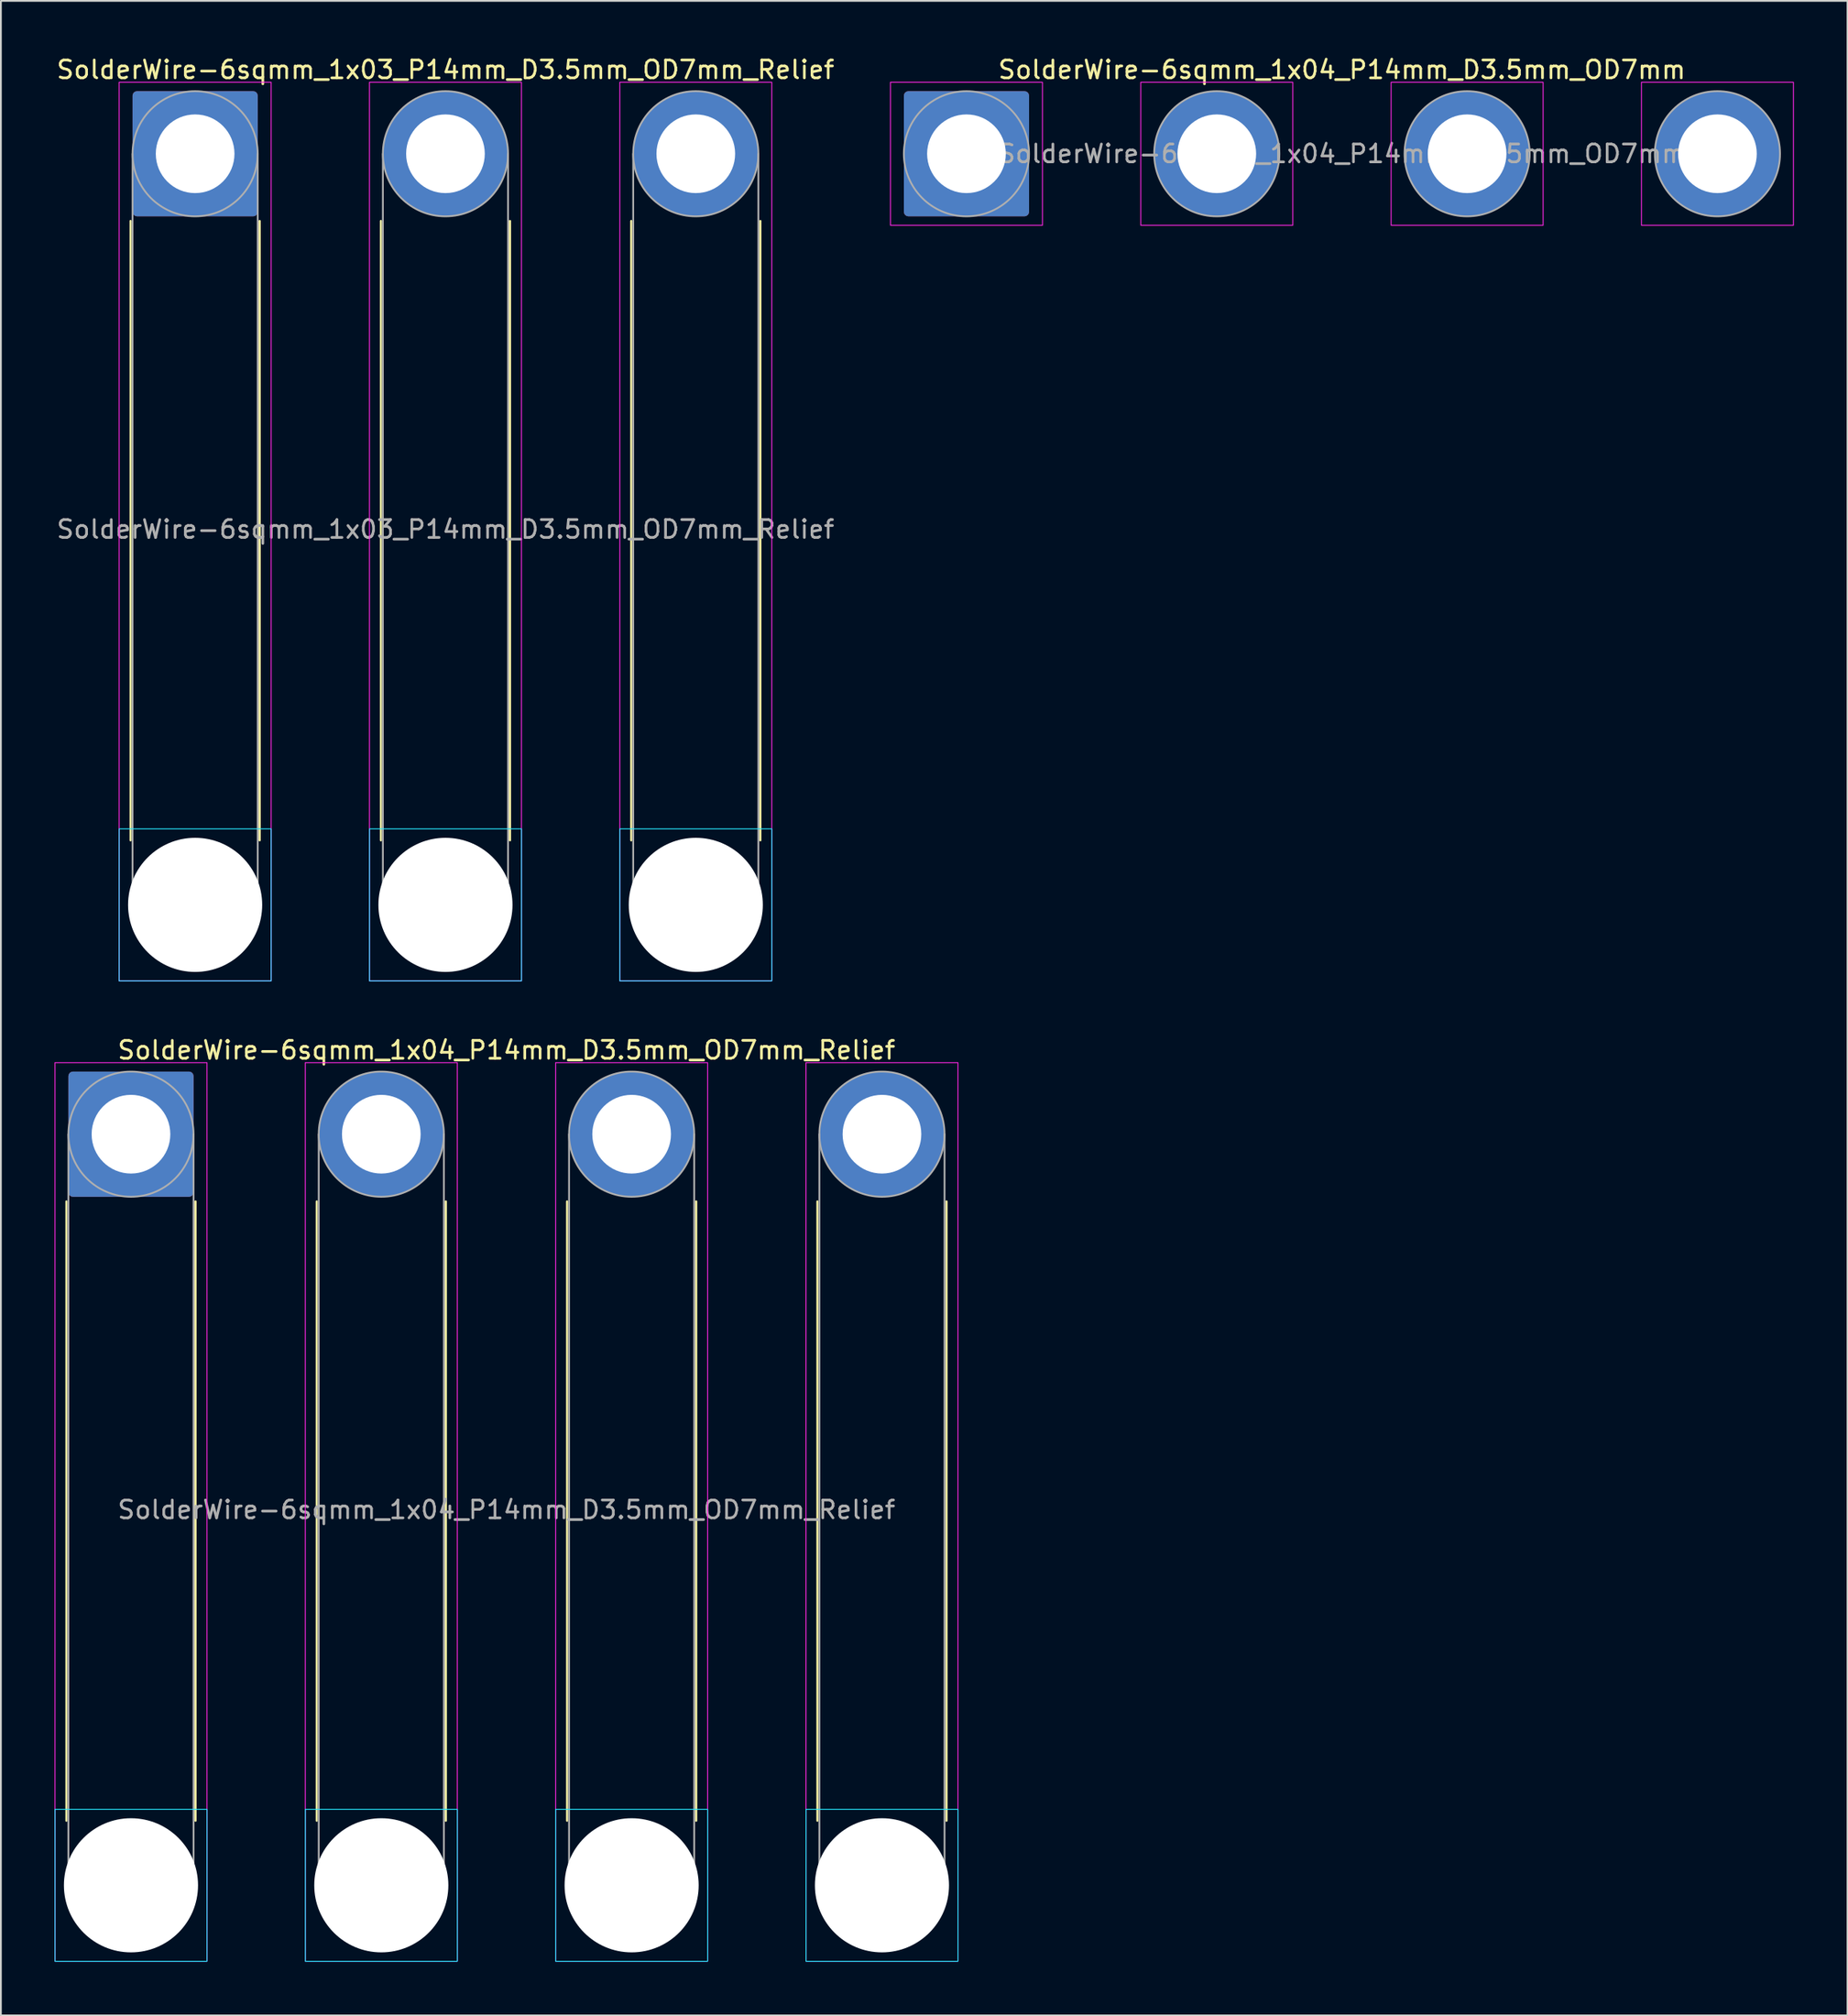
<source format=kicad_pcb>
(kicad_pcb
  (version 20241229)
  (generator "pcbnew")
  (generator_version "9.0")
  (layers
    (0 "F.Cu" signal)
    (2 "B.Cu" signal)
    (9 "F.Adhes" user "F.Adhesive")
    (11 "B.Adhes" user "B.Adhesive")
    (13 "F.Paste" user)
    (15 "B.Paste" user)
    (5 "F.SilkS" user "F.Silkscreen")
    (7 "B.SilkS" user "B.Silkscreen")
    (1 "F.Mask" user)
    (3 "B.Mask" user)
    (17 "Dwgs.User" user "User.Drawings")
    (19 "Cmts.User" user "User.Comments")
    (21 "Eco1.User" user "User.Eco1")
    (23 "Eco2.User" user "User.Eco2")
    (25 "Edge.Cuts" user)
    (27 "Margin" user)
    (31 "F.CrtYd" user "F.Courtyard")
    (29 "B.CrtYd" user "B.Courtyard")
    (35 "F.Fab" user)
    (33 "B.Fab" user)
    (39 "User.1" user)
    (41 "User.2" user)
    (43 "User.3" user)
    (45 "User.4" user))
  (footprint "SolderWire-6sqmm_1x03_P14mm_D3.5mm_OD7mm_Relief"
    (layer "F.Cu")
    (at 7.863 5.548)
    (property "Reference" "SolderWire-6sqmm_1x03_P14mm_D3.5mm_OD7mm_Relief" (at 14 -4.7 0) (layer "F.SilkS") (effects (font (size 1 1) (thickness 0.15))))
    (attr exclude_from_pos_files exclude_from_bom)
    (fp_line (start -3.61 3.76) (end -3.61 38.39) (stroke (width 0.12) (type solid)) (layer "F.SilkS"))
    (fp_line (start 3.61 3.76) (end 3.61 38.39) (stroke (width 0.12) (type solid)) (layer "F.SilkS"))
    (fp_line (start 10.39 3.76) (end 10.39 38.39) (stroke (width 0.12) (type solid)) (layer "F.SilkS"))
    (fp_line (start 17.61 3.76) (end 17.61 38.39) (stroke (width 0.12) (type solid)) (layer "F.SilkS"))
    (fp_line (start 24.39 3.76) (end 24.39 38.39) (stroke (width 0.12) (type solid)) (layer "F.SilkS"))
    (fp_line (start 31.61 3.76) (end 31.61 38.39) (stroke (width 0.12) (type solid)) (layer "F.SilkS"))
    (fp_rect (start -4.25 37.75) (end 4.25 46.25) (stroke (width 0.05) (type solid)) (fill no) (layer "B.CrtYd"))
    (fp_rect (start 9.75 37.75) (end 18.25 46.25) (stroke (width 0.05) (type solid)) (fill no) (layer "B.CrtYd"))
    (fp_rect (start 23.75 37.75) (end 32.25 46.25) (stroke (width 0.05) (type solid)) (fill no) (layer "B.CrtYd"))
    (fp_rect (start -4.25 -4) (end 4.25 46.25) (stroke (width 0.05) (type solid)) (fill no) (layer "F.CrtYd"))
    (fp_rect (start 9.75 -4) (end 18.25 46.25) (stroke (width 0.05) (type solid)) (fill no) (layer "F.CrtYd"))
    (fp_rect (start 23.75 -4) (end 32.25 46.25) (stroke (width 0.05) (type solid)) (fill no) (layer "F.CrtYd"))
    (fp_line (start -3.5 0) (end -3.5 42) (stroke (width 0.1) (type solid)) (layer "F.Fab"))
    (fp_line (start 3.5 0) (end 3.5 42) (stroke (width 0.1) (type solid)) (layer "F.Fab"))
    (fp_line (start 10.5 0) (end 10.5 42) (stroke (width 0.1) (type solid)) (layer "F.Fab"))
    (fp_line (start 17.5 0) (end 17.5 42) (stroke (width 0.1) (type solid)) (layer "F.Fab"))
    (fp_line (start 24.5 0) (end 24.5 42) (stroke (width 0.1) (type solid)) (layer "F.Fab"))
    (fp_line (start 31.5 0) (end 31.5 42) (stroke (width 0.1) (type solid)) (layer "F.Fab"))
    (fp_circle (center 0 0) (end 3.5 0) (stroke (width 0.1) (type solid)) (fill no) (layer "F.Fab"))
    (fp_circle (center 0 42) (end 3.5 42) (stroke (width 0.1) (type solid)) (fill no) (layer "F.Fab"))
    (fp_circle (center 14 0) (end 17.5 0) (stroke (width 0.1) (type solid)) (fill no) (layer "F.Fab"))
    (fp_circle (center 14 42) (end 17.5 42) (stroke (width 0.1) (type solid)) (fill no) (layer "F.Fab"))
    (fp_circle (center 28 0) (end 31.5 0) (stroke (width 0.1) (type solid)) (fill no) (layer "F.Fab"))
    (fp_circle (center 28 42) (end 31.5 42) (stroke (width 0.1) (type solid)) (fill no) (layer "F.Fab"))
    (fp_text user "${REFERENCE}" (at 14 21 0) (layer "F.Fab") (effects (font (size 1 1) (thickness 0.15))))
    (pad "" np_thru_hole circle (at 0 42) (size 7.5 7.5) (drill 7.5) (layers "*.Cu" "*.Mask"))
    (pad "" np_thru_hole circle (at 14 42) (size 7.5 7.5) (drill 7.5) (layers "*.Cu" "*.Mask"))
    (pad "" np_thru_hole circle (at 28 42) (size 7.5 7.5) (drill 7.5) (layers "*.Cu" "*.Mask"))
    (pad "1" thru_hole roundrect (at 0 0) (size 7 7) (drill 4.4) (layers "*.Cu" "*.Mask") (roundrect_rratio 0.036))
    (pad "2" thru_hole circle (at 14 0) (size 7 7) (drill 4.4) (layers "*.Cu" "*.Mask"))
    (pad "3" thru_hole circle (at 28 0) (size 7 7) (drill 4.4) (layers "*.Cu" "*.Mask")))
  (footprint "SolderWire-6sqmm_1x04_P14mm_D3.5mm_OD7mm_Relief"
    (layer "F.Cu")
    (at 4.275 60.371)
    (property "Reference" "SolderWire-6sqmm_1x04_P14mm_D3.5mm_OD7mm_Relief" (at 21 -4.7 0) (layer "F.SilkS") (effects (font (size 1 1) (thickness 0.15))))
    (attr exclude_from_pos_files exclude_from_bom)
    (fp_line (start -3.61 3.76) (end -3.61 38.39) (stroke (width 0.12) (type solid)) (layer "F.SilkS"))
    (fp_line (start 3.61 3.76) (end 3.61 38.39) (stroke (width 0.12) (type solid)) (layer "F.SilkS"))
    (fp_line (start 10.39 3.76) (end 10.39 38.39) (stroke (width 0.12) (type solid)) (layer "F.SilkS"))
    (fp_line (start 17.61 3.76) (end 17.61 38.39) (stroke (width 0.12) (type solid)) (layer "F.SilkS"))
    (fp_line (start 24.39 3.76) (end 24.39 38.39) (stroke (width 0.12) (type solid)) (layer "F.SilkS"))
    (fp_line (start 31.61 3.76) (end 31.61 38.39) (stroke (width 0.12) (type solid)) (layer "F.SilkS"))
    (fp_line (start 38.39 3.76) (end 38.39 38.39) (stroke (width 0.12) (type solid)) (layer "F.SilkS"))
    (fp_line (start 45.61 3.76) (end 45.61 38.39) (stroke (width 0.12) (type solid)) (layer "F.SilkS"))
    (fp_rect (start -4.25 37.75) (end 4.25 46.25) (stroke (width 0.05) (type solid)) (fill no) (layer "B.CrtYd"))
    (fp_rect (start 9.75 37.75) (end 18.25 46.25) (stroke (width 0.05) (type solid)) (fill no) (layer "B.CrtYd"))
    (fp_rect (start 23.75 37.75) (end 32.25 46.25) (stroke (width 0.05) (type solid)) (fill no) (layer "B.CrtYd"))
    (fp_rect (start 37.75 37.75) (end 46.25 46.25) (stroke (width 0.05) (type solid)) (fill no) (layer "B.CrtYd"))
    (fp_rect (start -4.25 -4) (end 4.25 46.25) (stroke (width 0.05) (type solid)) (fill no) (layer "F.CrtYd"))
    (fp_rect (start 9.75 -4) (end 18.25 46.25) (stroke (width 0.05) (type solid)) (fill no) (layer "F.CrtYd"))
    (fp_rect (start 23.75 -4) (end 32.25 46.25) (stroke (width 0.05) (type solid)) (fill no) (layer "F.CrtYd"))
    (fp_rect (start 37.75 -4) (end 46.25 46.25) (stroke (width 0.05) (type solid)) (fill no) (layer "F.CrtYd"))
    (fp_line (start -3.5 0) (end -3.5 42) (stroke (width 0.1) (type solid)) (layer "F.Fab"))
    (fp_line (start 3.5 0) (end 3.5 42) (stroke (width 0.1) (type solid)) (layer "F.Fab"))
    (fp_line (start 10.5 0) (end 10.5 42) (stroke (width 0.1) (type solid)) (layer "F.Fab"))
    (fp_line (start 17.5 0) (end 17.5 42) (stroke (width 0.1) (type solid)) (layer "F.Fab"))
    (fp_line (start 24.5 0) (end 24.5 42) (stroke (width 0.1) (type solid)) (layer "F.Fab"))
    (fp_line (start 31.5 0) (end 31.5 42) (stroke (width 0.1) (type solid)) (layer "F.Fab"))
    (fp_line (start 38.5 0) (end 38.5 42) (stroke (width 0.1) (type solid)) (layer "F.Fab"))
    (fp_line (start 45.5 0) (end 45.5 42) (stroke (width 0.1) (type solid)) (layer "F.Fab"))
    (fp_circle (center 0 0) (end 3.5 0) (stroke (width 0.1) (type solid)) (fill no) (layer "F.Fab"))
    (fp_circle (center 0 42) (end 3.5 42) (stroke (width 0.1) (type solid)) (fill no) (layer "F.Fab"))
    (fp_circle (center 14 0) (end 17.5 0) (stroke (width 0.1) (type solid)) (fill no) (layer "F.Fab"))
    (fp_circle (center 14 42) (end 17.5 42) (stroke (width 0.1) (type solid)) (fill no) (layer "F.Fab"))
    (fp_circle (center 28 0) (end 31.5 0) (stroke (width 0.1) (type solid)) (fill no) (layer "F.Fab"))
    (fp_circle (center 28 42) (end 31.5 42) (stroke (width 0.1) (type solid)) (fill no) (layer "F.Fab"))
    (fp_circle (center 42 0) (end 45.5 0) (stroke (width 0.1) (type solid)) (fill no) (layer "F.Fab"))
    (fp_circle (center 42 42) (end 45.5 42) (stroke (width 0.1) (type solid)) (fill no) (layer "F.Fab"))
    (fp_text user "${REFERENCE}" (at 21 21 0) (layer "F.Fab") (effects (font (size 1 1) (thickness 0.15))))
    (pad "" np_thru_hole circle (at 0 42) (size 7.5 7.5) (drill 7.5) (layers "*.Cu" "*.Mask"))
    (pad "" np_thru_hole circle (at 14 42) (size 7.5 7.5) (drill 7.5) (layers "*.Cu" "*.Mask"))
    (pad "" np_thru_hole circle (at 28 42) (size 7.5 7.5) (drill 7.5) (layers "*.Cu" "*.Mask"))
    (pad "" np_thru_hole circle (at 42 42) (size 7.5 7.5) (drill 7.5) (layers "*.Cu" "*.Mask"))
    (pad "1" thru_hole roundrect (at 0 0) (size 7 7) (drill 4.4) (layers "*.Cu" "*.Mask") (roundrect_rratio 0.036))
    (pad "2" thru_hole circle (at 14 0) (size 7 7) (drill 4.4) (layers "*.Cu" "*.Mask"))
    (pad "3" thru_hole circle (at 28 0) (size 7 7) (drill 4.4) (layers "*.Cu" "*.Mask"))
    (pad "4" thru_hole circle (at 42 0) (size 7 7) (drill 4.4) (layers "*.Cu" "*.Mask")))
  (footprint "SolderWire-6sqmm_1x04_P14mm_D3.5mm_OD7mm"
    (layer "F.Cu")
    (at 51.001 5.548)
    (property "Reference" "SolderWire-6sqmm_1x04_P14mm_D3.5mm_OD7mm" (at 21 -4.7 0) (layer "F.SilkS") (effects (font (size 1 1) (thickness 0.15))))
    (attr exclude_from_pos_files exclude_from_bom)
    (fp_rect (start -4.25 -4) (end 4.25 4) (stroke (width 0.05) (type solid)) (fill no) (layer "F.CrtYd"))
    (fp_rect (start 9.75 -4) (end 18.25 4) (stroke (width 0.05) (type solid)) (fill no) (layer "F.CrtYd"))
    (fp_rect (start 23.75 -4) (end 32.25 4) (stroke (width 0.05) (type solid)) (fill no) (layer "F.CrtYd"))
    (fp_rect (start 37.75 -4) (end 46.25 4) (stroke (width 0.05) (type solid)) (fill no) (layer "F.CrtYd"))
    (fp_circle (center 0 0) (end 3.5 0) (stroke (width 0.1) (type solid)) (fill no) (layer "F.Fab"))
    (fp_circle (center 14 0) (end 17.5 0) (stroke (width 0.1) (type solid)) (fill no) (layer "F.Fab"))
    (fp_circle (center 28 0) (end 31.5 0) (stroke (width 0.1) (type solid)) (fill no) (layer "F.Fab"))
    (fp_circle (center 42 0) (end 45.5 0) (stroke (width 0.1) (type solid)) (fill no) (layer "F.Fab"))
    (fp_text user "${REFERENCE}" (at 21 0 0) (layer "F.Fab") (effects (font (size 1 1) (thickness 0.15))))
    (pad "1" thru_hole roundrect (at 0 0) (size 7 7) (drill 4.4) (layers "*.Cu" "*.Mask") (roundrect_rratio 0.036))
    (pad "2" thru_hole circle (at 14 0) (size 7 7) (drill 4.4) (layers "*.Cu" "*.Mask"))
    (pad "3" thru_hole circle (at 28 0) (size 7 7) (drill 4.4) (layers "*.Cu" "*.Mask"))
    (pad "4" thru_hole circle (at 42 0) (size 7 7) (drill 4.4) (layers "*.Cu" "*.Mask")))
  (gr_rect
    (start -3 -3)
    (end 100.276 109.647)
    (stroke (width 0.1) (type default))
    (fill no)
    (layer "Edge.Cuts")))
</source>
